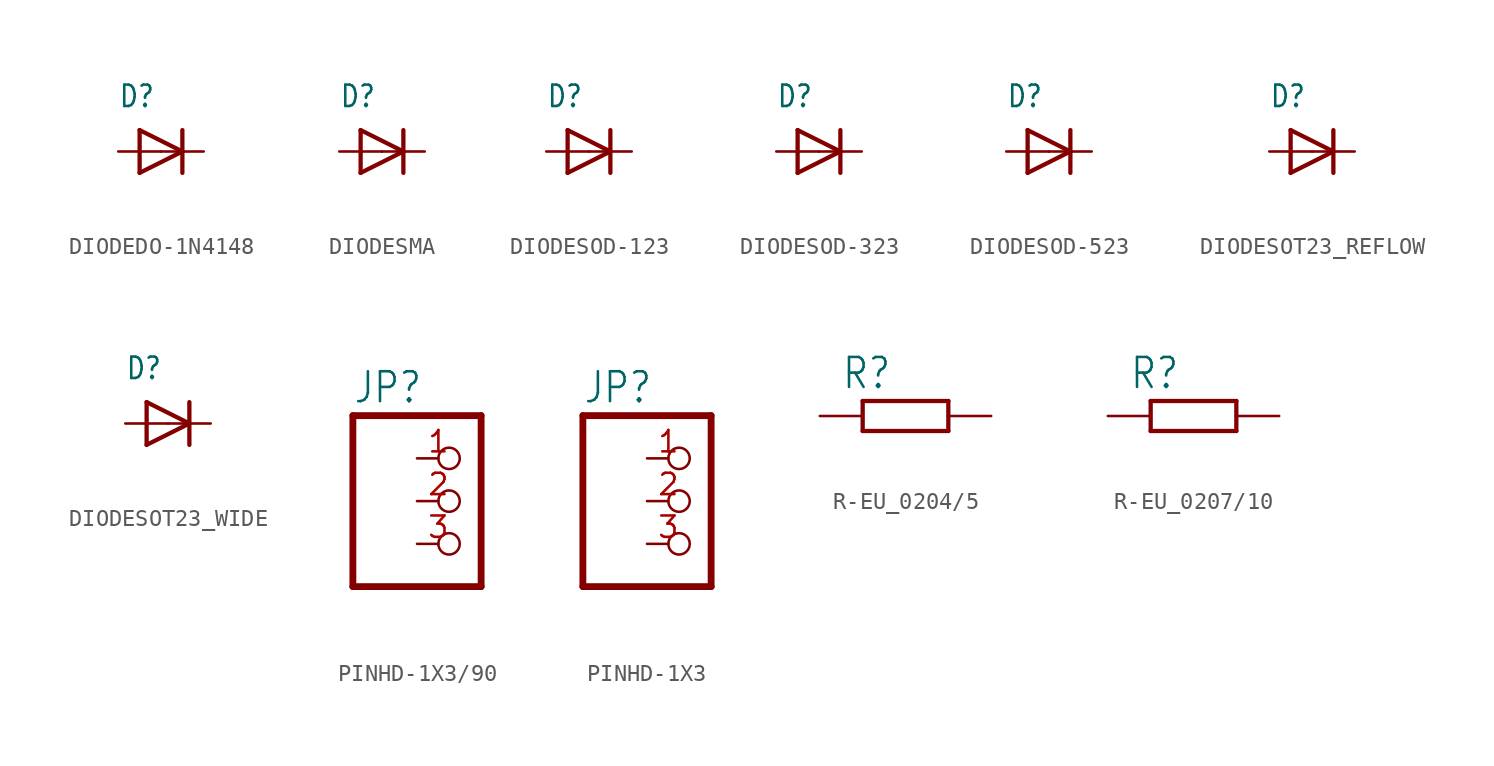
<source format=kicad_sym>
(kicad_symbol_lib
  (version 20231120)
  (generator "kicad_symbol_editor")
  (generator_version "8.99")
  (symbol "DIODEDO-1N4148"
    (property "Reference" "D"
      (at -2.54 2.54 0)
      (effects (font (size 1.27 1.079)) (justify left bottom)))
    (property "Value" ""
      (at -2.54 -3.81 0)
      (effects (font (size 1.27 1.079)) (justify left bottom)))
    (property "ki_locked" ""
      (at 0 0 0)
      (effects (font (size 1.27 1.27))))
    (symbol "DIODEDO-1N4148_1_0"
      (polyline (pts (xy -1.27 1.27) (xy -1.27 -1.27)) (stroke (width 0.254) (type solid)) (fill (type none)))
      (polyline (pts (xy -1.27 -1.27) (xy 1.27 0)) (stroke (width 0.254) (type solid)) (fill (type none)))
      (polyline (pts (xy 1.27 1.27) (xy 1.27 0)) (stroke (width 0.254) (type solid)) (fill (type none)))
      (polyline (pts (xy 1.27 0) (xy 1.27 -1.27)) (stroke (width 0.254) (type solid)) (fill (type none)))
      (polyline (pts (xy 1.27 0) (xy -1.27 1.27)) (stroke (width 0.254) (type solid)) (fill (type none)))
      (pin passive line (at -2.54 0 0) (length 2.54) (name "A" (effects (font (size 0 0)))) (number "A" (effects (font (size 0 0)))))
      (pin passive line (at 2.54 0 180) (length 2.54) (name "C" (effects (font (size 0 0)))) (number "C" (effects (font (size 0 0)))))))
  (symbol "DIODESMA"
    (property "Reference" "D"
      (at -2.54 2.54 0)
      (effects (font (size 1.27 1.079)) (justify left bottom)))
    (property "Value" ""
      (at -2.54 -3.81 0)
      (effects (font (size 1.27 1.079)) (justify left bottom)))
    (property "ki_locked" ""
      (at 0 0 0)
      (effects (font (size 1.27 1.27))))
    (symbol "DIODESMA_1_0"
      (polyline (pts (xy -1.27 1.27) (xy -1.27 -1.27)) (stroke (width 0.254) (type solid)) (fill (type none)))
      (polyline (pts (xy -1.27 -1.27) (xy 1.27 0)) (stroke (width 0.254) (type solid)) (fill (type none)))
      (polyline (pts (xy 1.27 1.27) (xy 1.27 0)) (stroke (width 0.254) (type solid)) (fill (type none)))
      (polyline (pts (xy 1.27 0) (xy -1.27 1.27)) (stroke (width 0.254) (type solid)) (fill (type none)))
      (polyline (pts (xy 1.27 0) (xy 1.27 -1.27)) (stroke (width 0.254) (type solid)) (fill (type none)))
      (pin passive line (at -2.54 0 0) (length 2.54) (name "A" (effects (font (size 0 0)))) (number "A" (effects (font (size 0 0)))))
      (pin passive line (at 2.54 0 180) (length 2.54) (name "C" (effects (font (size 0 0)))) (number "C" (effects (font (size 0 0)))))))
  (symbol "DIODESOD-123"
    (property "Reference" "D"
      (at -2.54 2.54 0)
      (effects (font (size 1.27 1.079)) (justify left bottom)))
    (property "Value" ""
      (at -2.54 -3.81 0)
      (effects (font (size 1.27 1.079)) (justify left bottom)))
    (property "ki_locked" ""
      (at 0 0 0)
      (effects (font (size 1.27 1.27))))
    (symbol "DIODESOD-123_1_0"
      (polyline (pts (xy -1.27 1.27) (xy -1.27 -1.27)) (stroke (width 0.254) (type solid)) (fill (type none)))
      (polyline (pts (xy -1.27 -1.27) (xy 1.27 0)) (stroke (width 0.254) (type solid)) (fill (type none)))
      (polyline (pts (xy 1.27 1.27) (xy 1.27 0)) (stroke (width 0.254) (type solid)) (fill (type none)))
      (polyline (pts (xy 1.27 0) (xy 1.27 -1.27)) (stroke (width 0.254) (type solid)) (fill (type none)))
      (polyline (pts (xy 1.27 0) (xy -1.27 1.27)) (stroke (width 0.254) (type solid)) (fill (type none)))
      (pin passive line (at -2.54 0 0) (length 2.54) (name "A" (effects (font (size 0 0)))) (number "A" (effects (font (size 0 0)))))
      (pin passive line (at 2.54 0 180) (length 2.54) (name "C" (effects (font (size 0 0)))) (number "C" (effects (font (size 0 0)))))))
  (symbol "DIODESOD-323"
    (property "Reference" "D"
      (at -2.54 2.54 0)
      (effects (font (size 1.27 1.079)) (justify left bottom)))
    (property "Value" ""
      (at -2.54 -3.81 0)
      (effects (font (size 1.27 1.079)) (justify left bottom)))
    (property "ki_locked" ""
      (at 0 0 0)
      (effects (font (size 1.27 1.27))))
    (symbol "DIODESOD-323_1_0"
      (polyline (pts (xy -1.27 1.27) (xy -1.27 -1.27)) (stroke (width 0.254) (type solid)) (fill (type none)))
      (polyline (pts (xy -1.27 -1.27) (xy 1.27 0)) (stroke (width 0.254) (type solid)) (fill (type none)))
      (polyline (pts (xy 1.27 1.27) (xy 1.27 0)) (stroke (width 0.254) (type solid)) (fill (type none)))
      (polyline (pts (xy 1.27 0) (xy -1.27 1.27)) (stroke (width 0.254) (type solid)) (fill (type none)))
      (polyline (pts (xy 1.27 0) (xy 1.27 -1.27)) (stroke (width 0.254) (type solid)) (fill (type none)))
      (pin passive line (at -2.54 0 0) (length 2.54) (name "A" (effects (font (size 0 0)))) (number "A" (effects (font (size 0 0)))))
      (pin passive line (at 2.54 0 180) (length 2.54) (name "C" (effects (font (size 0 0)))) (number "C" (effects (font (size 0 0)))))))
  (symbol "DIODESOD-523"
    (property "Reference" "D"
      (at -2.54 2.54 0)
      (effects (font (size 1.27 1.079)) (justify left bottom)))
    (property "Value" ""
      (at -2.54 -3.81 0)
      (effects (font (size 1.27 1.079)) (justify left bottom)))
    (property "ki_locked" ""
      (at 0 0 0)
      (effects (font (size 1.27 1.27))))
    (symbol "DIODESOD-523_1_0"
      (polyline (pts (xy -1.27 1.27) (xy -1.27 -1.27)) (stroke (width 0.254) (type solid)) (fill (type none)))
      (polyline (pts (xy -1.27 -1.27) (xy 1.27 0)) (stroke (width 0.254) (type solid)) (fill (type none)))
      (polyline (pts (xy 1.27 1.27) (xy 1.27 0)) (stroke (width 0.254) (type solid)) (fill (type none)))
      (polyline (pts (xy 1.27 0) (xy 1.27 -1.27)) (stroke (width 0.254) (type solid)) (fill (type none)))
      (polyline (pts (xy 1.27 0) (xy -1.27 1.27)) (stroke (width 0.254) (type solid)) (fill (type none)))
      (pin passive line (at -2.54 0 0) (length 2.54) (name "A" (effects (font (size 0 0)))) (number "A" (effects (font (size 0 0)))))
      (pin passive line (at 2.54 0 180) (length 2.54) (name "C" (effects (font (size 0 0)))) (number "K" (effects (font (size 0 0)))))))
  (symbol "DIODESOT23_REFLOW"
    (property "Reference" "D"
      (at -2.54 2.54 0)
      (effects (font (size 1.27 1.079)) (justify left bottom)))
    (property "Value" ""
      (at -2.54 -3.81 0)
      (effects (font (size 1.27 1.079)) (justify left bottom)))
    (property "ki_locked" ""
      (at 0 0 0)
      (effects (font (size 1.27 1.27))))
    (symbol "DIODESOT23_REFLOW_1_0"
      (polyline (pts (xy -1.27 1.27) (xy -1.27 -1.27)) (stroke (width 0.254) (type solid)) (fill (type none)))
      (polyline (pts (xy -1.27 -1.27) (xy 1.27 0)) (stroke (width 0.254) (type solid)) (fill (type none)))
      (polyline (pts (xy 1.27 1.27) (xy 1.27 0)) (stroke (width 0.254) (type solid)) (fill (type none)))
      (polyline (pts (xy 1.27 0) (xy -1.27 1.27)) (stroke (width 0.254) (type solid)) (fill (type none)))
      (polyline (pts (xy 1.27 0) (xy 1.27 -1.27)) (stroke (width 0.254) (type solid)) (fill (type none)))
      (pin passive line (at -2.54 0 0) (length 2.54) (name "A" (effects (font (size 0 0)))) (number "1" (effects (font (size 0 0)))))
      (pin passive line (at 2.54 0 180) (length 2.54) (name "C" (effects (font (size 0 0)))) (number "3" (effects (font (size 0 0)))))))
  (symbol "DIODESOT23_WIDE"
    (property "Reference" "D"
      (at -2.54 2.54 0)
      (effects (font (size 1.27 1.079)) (justify left bottom)))
    (property "Value" ""
      (at -2.54 -3.81 0)
      (effects (font (size 1.27 1.079)) (justify left bottom)))
    (property "ki_locked" ""
      (at 0 0 0)
      (effects (font (size 1.27 1.27))))
    (symbol "DIODESOT23_WIDE_1_0"
      (polyline (pts (xy -1.27 1.27) (xy -1.27 -1.27)) (stroke (width 0.254) (type solid)) (fill (type none)))
      (polyline (pts (xy -1.27 -1.27) (xy 1.27 0)) (stroke (width 0.254) (type solid)) (fill (type none)))
      (polyline (pts (xy 1.27 1.27) (xy 1.27 0)) (stroke (width 0.254) (type solid)) (fill (type none)))
      (polyline (pts (xy 1.27 0) (xy 1.27 -1.27)) (stroke (width 0.254) (type solid)) (fill (type none)))
      (polyline (pts (xy 1.27 0) (xy -1.27 1.27)) (stroke (width 0.254) (type solid)) (fill (type none)))
      (pin passive line (at -2.54 0 0) (length 2.54) (name "A" (effects (font (size 0 0)))) (number "1" (effects (font (size 0 0)))))
      (pin passive line (at 2.54 0 180) (length 2.54) (name "C" (effects (font (size 0 0)))) (number "3" (effects (font (size 0 0)))))))
  (symbol "PINHD-1X3/90"
    (property "Reference" "JP"
      (at -6.35 5.715 0)
      (effects (font (size 1.778 1.511)) (justify left bottom)))
    (property "Value" ""
      (at -6.35 -7.62 0)
      (effects (font (size 1.778 1.511)) (justify left bottom)))
    (property "ki_locked" ""
      (at 0 0 0)
      (effects (font (size 1.27 1.27))))
    (symbol "PINHD-1X3/90_1_0"
      (polyline (pts (xy -6.35 5.08) (xy -6.35 -5.08)) (stroke (width 0.406) (type solid)) (fill (type none)))
      (polyline (pts (xy -6.35 -5.08) (xy 1.27 -5.08)) (stroke (width 0.406) (type solid)) (fill (type none)))
      (polyline (pts (xy 1.27 5.08) (xy -6.35 5.08)) (stroke (width 0.406) (type solid)) (fill (type none)))
      (polyline (pts (xy 1.27 -5.08) (xy 1.27 5.08)) (stroke (width 0.406) (type solid)) (fill (type none)))
      (pin passive inverted (at -2.54 2.54 0) (length 2.54) (name "1" (effects (font (size 0 0)))) (number "1" (effects (font (size 1.27 1.27)))))
      (pin passive inverted (at -2.54 0 0) (length 2.54) (name "2" (effects (font (size 0 0)))) (number "2" (effects (font (size 1.27 1.27)))))
      (pin passive inverted (at -2.54 -2.54 0) (length 2.54) (name "3" (effects (font (size 0 0)))) (number "3" (effects (font (size 1.27 1.27)))))))
  (symbol "PINHD-1X3"
    (property "Reference" "JP"
      (at -6.35 5.715 0)
      (effects (font (size 1.778 1.511)) (justify left bottom)))
    (property "Value" ""
      (at -6.35 -7.62 0)
      (effects (font (size 1.778 1.511)) (justify left bottom)))
    (property "ki_locked" ""
      (at 0 0 0)
      (effects (font (size 1.27 1.27))))
    (symbol "PINHD-1X3_1_0"
      (polyline (pts (xy -6.35 5.08) (xy -6.35 -5.08)) (stroke (width 0.406) (type solid)) (fill (type none)))
      (polyline (pts (xy -6.35 -5.08) (xy 1.27 -5.08)) (stroke (width 0.406) (type solid)) (fill (type none)))
      (polyline (pts (xy 1.27 5.08) (xy -6.35 5.08)) (stroke (width 0.406) (type solid)) (fill (type none)))
      (polyline (pts (xy 1.27 -5.08) (xy 1.27 5.08)) (stroke (width 0.406) (type solid)) (fill (type none)))
      (pin passive inverted (at -2.54 2.54 0) (length 2.54) (name "1" (effects (font (size 0 0)))) (number "1" (effects (font (size 1.27 1.27)))))
      (pin passive inverted (at -2.54 0 0) (length 2.54) (name "2" (effects (font (size 0 0)))) (number "2" (effects (font (size 1.27 1.27)))))
      (pin passive inverted (at -2.54 -2.54 0) (length 2.54) (name "3" (effects (font (size 0 0)))) (number "3" (effects (font (size 1.27 1.27)))))))
  (symbol "R-EU_0204/5"
    (property "Reference" "R"
      (at -3.81 1.499 0)
      (effects (font (size 1.778 1.511)) (justify left bottom)))
    (property "Value" ""
      (at -3.81 -3.302 0)
      (effects (font (size 1.778 1.511)) (justify left bottom)))
    (property "ki_locked" ""
      (at 0 0 0)
      (effects (font (size 1.27 1.27))))
    (symbol "R-EU_0204/5_1_0"
      (polyline (pts (xy -2.54 -0.889) (xy 2.54 -0.889)) (stroke (width 0.254) (type solid)) (fill (type none)))
      (polyline (pts (xy -2.54 -0.889) (xy -2.54 0.889)) (stroke (width 0.254) (type solid)) (fill (type none)))
      (polyline (pts (xy 2.54 0.889) (xy -2.54 0.889)) (stroke (width 0.254) (type solid)) (fill (type none)))
      (polyline (pts (xy 2.54 -0.889) (xy 2.54 0.889)) (stroke (width 0.254) (type solid)) (fill (type none)))
      (pin passive line (at -5.08 0 0) (length 2.54) (name "1" (effects (font (size 0 0)))) (number "1" (effects (font (size 0 0)))))
      (pin passive line (at 5.08 0 180) (length 2.54) (name "2" (effects (font (size 0 0)))) (number "2" (effects (font (size 0 0)))))))
  (symbol "R-EU_0207/10"
    (property "Reference" "R"
      (at -3.81 1.499 0)
      (effects (font (size 1.778 1.511)) (justify left bottom)))
    (property "Value" ""
      (at -3.81 -3.302 0)
      (effects (font (size 1.778 1.511)) (justify left bottom)))
    (property "ki_locked" ""
      (at 0 0 0)
      (effects (font (size 1.27 1.27))))
    (symbol "R-EU_0207/10_1_0"
      (polyline (pts (xy -2.54 -0.889) (xy 2.54 -0.889)) (stroke (width 0.254) (type solid)) (fill (type none)))
      (polyline (pts (xy -2.54 -0.889) (xy -2.54 0.889)) (stroke (width 0.254) (type solid)) (fill (type none)))
      (polyline (pts (xy 2.54 0.889) (xy -2.54 0.889)) (stroke (width 0.254) (type solid)) (fill (type none)))
      (polyline (pts (xy 2.54 -0.889) (xy 2.54 0.889)) (stroke (width 0.254) (type solid)) (fill (type none)))
      (pin passive line (at -5.08 0 0) (length 2.54) (name "1" (effects (font (size 0 0)))) (number "1" (effects (font (size 0 0)))))
      (pin passive line (at 5.08 0 180) (length 2.54) (name "2" (effects (font (size 0 0)))) (number "2" (effects (font (size 0 0))))))))
</source>
